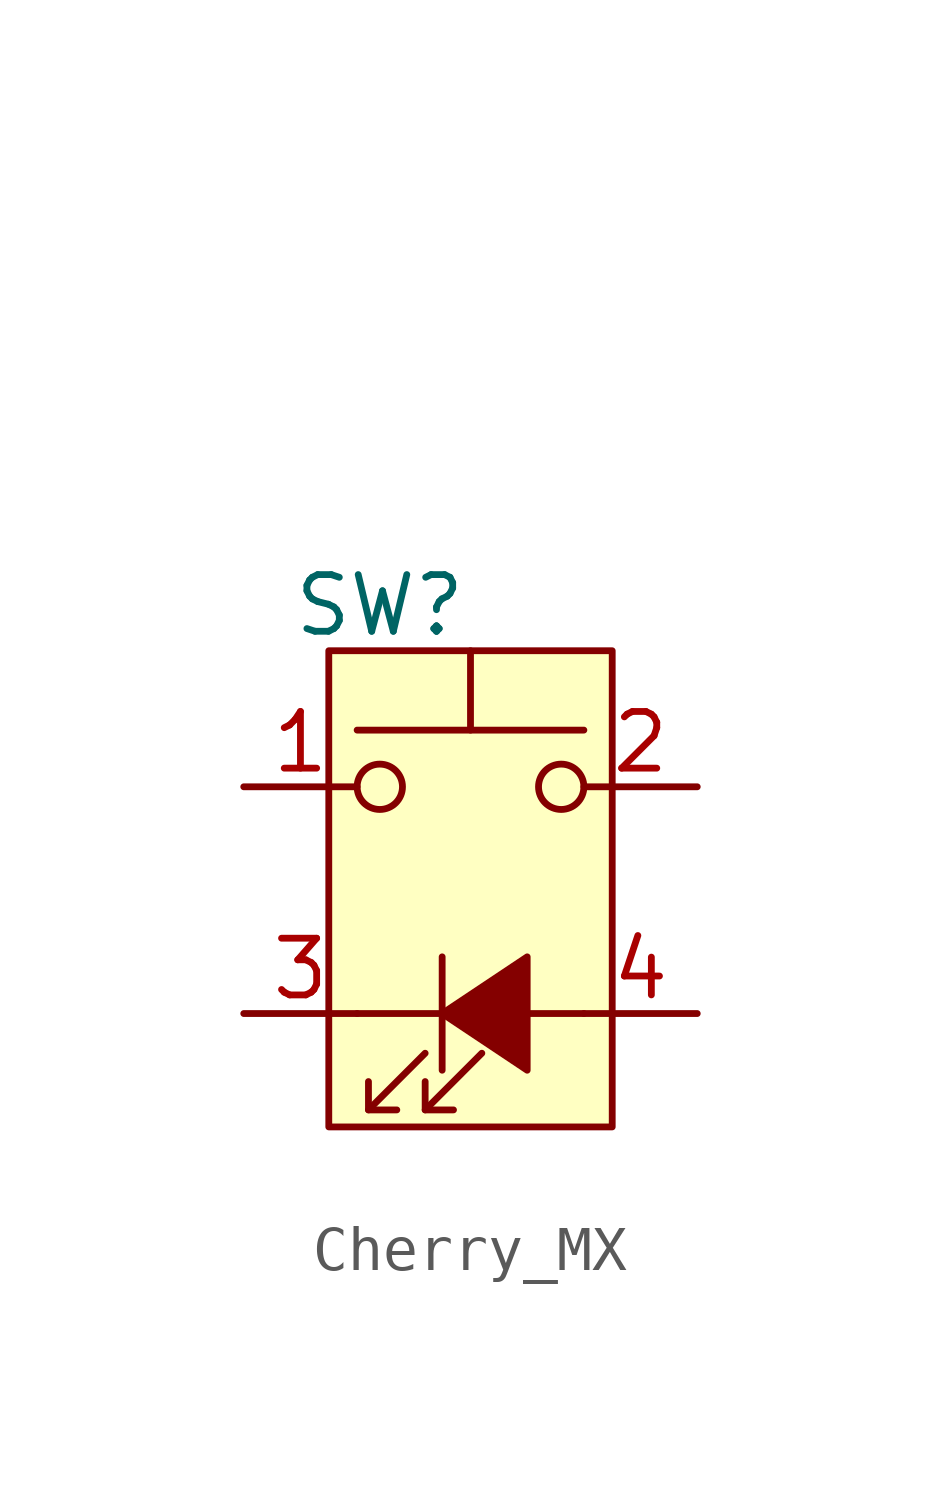
<source format=kicad_sym>
(kicad_symbol_lib
  (version 20231120)
  (generator "kicad_symbol_editor")
  (generator_version "8.0")
  (symbol "Cherry_MX"
    (property "Reference" "SW"
      (at -2.032 6.604 0)
      (effects (font (size 1.27 1.27))))
    (property "Value" ""
      (at -2.54 13.97 0)
      (effects (font (size 1.27 1.27))))
    (symbol "Cherry_MX_0_0"
      (polyline (pts (xy -2.54 -2.54) (xy 2.54 -2.54)) (stroke (width 0) (type default)) (fill (type none)))
      (polyline (pts (xy -2.286 -4.699) (xy -1.016 -3.429)) (stroke (width 0) (type default)) (fill (type none)))
      (polyline (pts (xy -1.016 -4.699) (xy 0.254 -3.429)) (stroke (width 0) (type default)) (fill (type none)))
      (polyline (pts (xy -0.635 -1.27) (xy -0.635 -3.81)) (stroke (width 0) (type default)) (fill (type none)))
      (polyline (pts (xy -2.286 -4.064) (xy -2.286 -4.699) (xy -1.651 -4.699)) (stroke (width 0) (type default)) (fill (type none)))
      (polyline (pts (xy -1.016 -4.064) (xy -1.016 -4.699) (xy -0.381 -4.699)) (stroke (width 0) (type default)) (fill (type none)))
      (polyline (pts (xy -0.635 -2.54) (xy 1.27 -1.27) (xy 1.27 -3.81) (xy -0.635 -2.54)) (stroke (width 0) (type default)) (fill (type outline))))
    (symbol "Cherry_MX_0_1"
      (circle (center -2.032 2.54) (radius 0.508) (stroke (width 0) (type default)) (fill (type none)))
      (polyline (pts (xy 0 3.81) (xy 0 5.588)) (stroke (width 0) (type default)) (fill (type none)))
      (polyline (pts (xy 2.54 3.81) (xy -2.54 3.81)) (stroke (width 0) (type default)) (fill (type none)))
      (circle (center 2.032 2.54) (radius 0.508) (stroke (width 0) (type default)) (fill (type none))))
    (symbol "Cherry_MX_1_1"
      (rectangle (start -3.175 5.588) (end 3.175 -5.08) (stroke (width 0) (type default)) (fill (type background)))
      (pin passive line (at -5.08 2.54 0) (length 2.54) (name "" (effects (font (size 1.27 1.27)))) (number "1" (effects (font (size 1.27 1.27)))))
      (pin passive line (at 5.08 2.54 180) (length 2.54) (name "" (effects (font (size 1.27 1.27)))) (number "2" (effects (font (size 1.27 1.27)))))
      (pin passive line (at -5.08 -2.54 0) (length 2.54) (name "" (effects (font (size 1.27 1.27)))) (number "3" (effects (font (size 1.27 1.27)))))
      (pin passive line (at 5.08 -2.54 180) (length 2.54) (name "" (effects (font (size 1.27 1.27)))) (number "4" (effects (font (size 1.27 1.27))))))))
</source>
